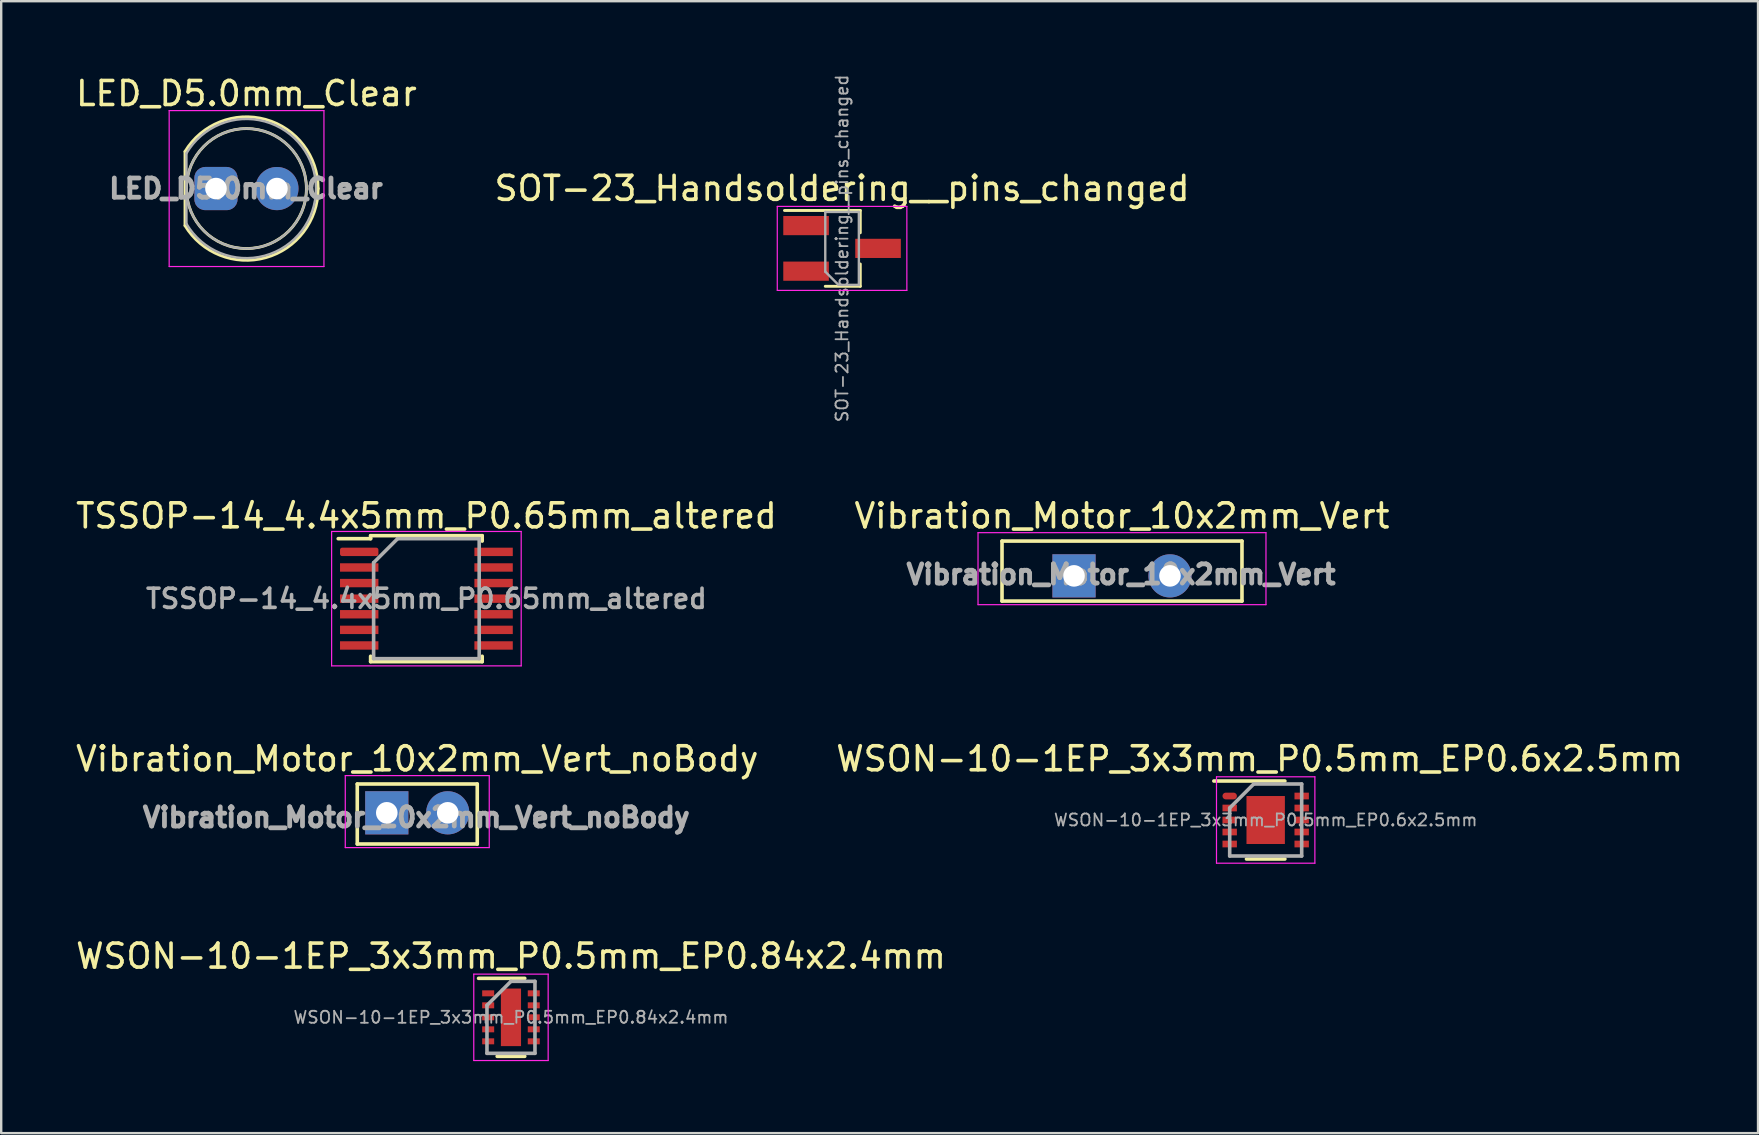
<source format=kicad_pcb>
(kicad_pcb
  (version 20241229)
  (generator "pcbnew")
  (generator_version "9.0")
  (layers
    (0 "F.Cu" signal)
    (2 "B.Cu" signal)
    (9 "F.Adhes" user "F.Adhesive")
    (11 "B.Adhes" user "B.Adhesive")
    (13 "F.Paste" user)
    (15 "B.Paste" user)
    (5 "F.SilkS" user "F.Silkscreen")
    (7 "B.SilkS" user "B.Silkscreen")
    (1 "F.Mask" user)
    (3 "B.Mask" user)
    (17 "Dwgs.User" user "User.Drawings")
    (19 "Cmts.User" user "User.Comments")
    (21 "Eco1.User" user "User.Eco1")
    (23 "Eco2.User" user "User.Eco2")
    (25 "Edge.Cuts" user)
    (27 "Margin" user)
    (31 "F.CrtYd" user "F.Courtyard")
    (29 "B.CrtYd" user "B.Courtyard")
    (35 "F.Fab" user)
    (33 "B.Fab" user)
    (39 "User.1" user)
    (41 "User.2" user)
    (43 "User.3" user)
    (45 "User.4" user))
  (footprint "Vibration_Motor_10x2mm_Vert_noBody"
    (layer "F.Cu")
    (at 14.339 31.273)
    (property "Reference" "Vibration_Motor_10x2mm_Vert_noBody" (at 0 -2.7 0) (layer "F.SilkS") (effects (font (size 1 1) (thickness 0.15))))
    (attr through_hole)
    (fp_line (start -2.5 0.85) (end -2.5 -1.65) (stroke (width 0.15) (type solid)) (layer "F.SilkS"))
    (fp_line (start -2.5 0.85) (end 2.5 0.85) (stroke (width 0.15) (type solid)) (layer "F.SilkS"))
    (fp_line (start 2.5 -1.65) (end -2.5 -1.65) (stroke (width 0.15) (type solid)) (layer "F.SilkS"))
    (fp_line (start 2.5 0.85) (end 2.5 -1.65) (stroke (width 0.15) (type solid)) (layer "F.SilkS"))
    (fp_line (start -3 -2) (end -3 1) (stroke (width 0.05) (type solid)) (layer "F.CrtYd"))
    (fp_line (start -3 1) (end 3 1) (stroke (width 0.05) (type solid)) (layer "F.CrtYd"))
    (fp_line (start 3 -2) (end -3 -2) (stroke (width 0.05) (type solid)) (layer "F.CrtYd"))
    (fp_line (start 3 1) (end 3 -2) (stroke (width 0.05) (type solid)) (layer "F.CrtYd"))
    (fp_text user "${REFERENCE}" (at -0.04 -0.26 0) (layer "F.Fab") (effects (font (size 0.8 0.8) (thickness 0.2))))
    (pad "1" thru_hole rect (at -1.27 -0.45) (size 1.8 1.8) (drill 0.9) (layers "*.Cu" "*.Mask"))
    (pad "2" thru_hole circle (at 1.27 -0.45) (size 1.8 1.8) (drill 0.9) (layers "*.Cu" "*.Mask")))
  (footprint "Vibration_Motor_10x2mm_Vert"
    (layer "F.Cu")
    (at 43.708 21.149)
    (property "Reference" "Vibration_Motor_10x2mm_Vert" (at 0 -2.7 0) (layer "F.SilkS") (effects (font (size 1 1) (thickness 0.15))))
    (attr through_hole)
    (fp_line (start -5 0.85) (end -5 -1.65) (stroke (width 0.15) (type solid)) (layer "F.SilkS"))
    (fp_line (start -5 0.85) (end 5 0.85) (stroke (width 0.15) (type solid)) (layer "F.SilkS"))
    (fp_line (start 5 -1.65) (end -5 -1.65) (stroke (width 0.15) (type solid)) (layer "F.SilkS"))
    (fp_line (start 5 0.85) (end 5 -1.65) (stroke (width 0.15) (type solid)) (layer "F.SilkS"))
    (fp_line (start -6 -2) (end -6 1) (stroke (width 0.05) (type solid)) (layer "F.CrtYd"))
    (fp_line (start -6 1) (end 6 1) (stroke (width 0.05) (type solid)) (layer "F.CrtYd"))
    (fp_line (start 6 -2) (end -6 -2) (stroke (width 0.05) (type solid)) (layer "F.CrtYd"))
    (fp_line (start 6 1) (end 6 -2) (stroke (width 0.05) (type solid)) (layer "F.CrtYd"))
    (fp_text user "${REFERENCE}" (at -0.04 -0.26 0) (layer "F.Fab") (effects (font (size 0.8 0.8) (thickness 0.2))))
    (pad "1" thru_hole rect (at -2 -0.2) (size 1.8 1.8) (drill 0.9) (layers "*.Cu" "*.Mask"))
    (pad "2" thru_hole circle (at 2 -0.2) (size 1.8 1.8) (drill 0.9) (layers "*.Cu" "*.Mask")))
  (footprint "LED_D5.0mm_Clear"
    (layer "F.Cu")
    (at 5.95 4.808)
    (property "Reference" "LED_D5.0mm_Clear" (at 1.27 -3.96 0) (layer "F.SilkS") (effects (font (size 1 1) (thickness 0.15))))
    (attr through_hole)
    (fp_line (start -1.29 -1.545) (end -1.29 1.545) (stroke (width 0.12) (type solid)) (layer "F.SilkS"))
    (fp_arc (start -1.29 -1.54483) (mid 2.072002 -2.880433) (end 4.26 0.000462) (stroke (width 0.12) (type solid)) (layer "F.SilkS"))
    (fp_arc (start 4.26 -0.000462) (mid 2.072002 2.880433) (end -1.29 1.54483) (stroke (width 0.12) (type solid)) (layer "F.SilkS"))
    (fp_circle (center 1.27 0) (end 3.77 0) (stroke (width 0.12) (type solid)) (fill no) (layer "F.SilkS"))
    (fp_line (start -1.95 -3.25) (end -1.95 3.25) (stroke (width 0.05) (type solid)) (layer "F.CrtYd"))
    (fp_line (start -1.95 3.25) (end 4.5 3.25) (stroke (width 0.05) (type solid)) (layer "F.CrtYd"))
    (fp_line (start 4.5 -3.25) (end -1.95 -3.25) (stroke (width 0.05) (type solid)) (layer "F.CrtYd"))
    (fp_line (start 4.5 3.25) (end 4.5 -3.25) (stroke (width 0.05) (type solid)) (layer "F.CrtYd"))
    (fp_line (start -1.23 -1.47) (end -1.23 1.47) (stroke (width 0.1) (type solid)) (layer "F.Fab"))
    (fp_arc (start -1.23 -1.469694) (mid 4.17 0.000016) (end -1.230016 1.469666) (stroke (width 0.1) (type solid)) (layer "F.Fab"))
    (fp_circle (center 1.27 0) (end 3.77 0) (stroke (width 0.1) (type solid)) (fill no) (layer "F.Fab"))
    (fp_text user "${REFERENCE}" (at 1.25 0 0) (layer "F.Fab") (effects (font (size 0.8 0.8) (thickness 0.2))))
    (pad "1" thru_hole roundrect (at 0 0) (size 1.8 1.8) (drill 0.9) (layers "*.Cu" "*.Mask") (roundrect_rratio 0.25))
    (pad "2" thru_hole circle (at 2.54 0) (size 1.8 1.8) (drill 0.9) (layers "*.Cu" "*.Mask")))
  (footprint "WSON-10-1EP_3x3mm_P0.5mm_EP0.6x2.5mm"
    (layer "F.Cu")
    (at 49.696 31.123)
    (property "Reference" "WSON-10-1EP_3x3mm_P0.5mm_EP0.6x2.5mm" (at -0.25 -2.55 0) (layer "F.SilkS") (effects (font (size 1 1) (thickness 0.15))))
    (attr smd)
    (fp_line (start -2.16 -1.625) (end 0.8 -1.625) (stroke (width 0.15) (type solid)) (layer "F.SilkS"))
    (fp_line (start -0.8 1.625) (end 0.8 1.625) (stroke (width 0.15) (type solid)) (layer "F.SilkS"))
    (fp_line (start -2.05 -1.8) (end -2.05 1.8) (stroke (width 0.05) (type solid)) (layer "F.CrtYd"))
    (fp_line (start -2.05 -1.8) (end 2.05 -1.8) (stroke (width 0.05) (type solid)) (layer "F.CrtYd"))
    (fp_line (start -2.05 1.8) (end 2.05 1.8) (stroke (width 0.05) (type solid)) (layer "F.CrtYd"))
    (fp_line (start 2.05 -1.8) (end 2.05 1.8) (stroke (width 0.05) (type solid)) (layer "F.CrtYd"))
    (fp_line (start -1.5 -0.5) (end -0.5 -1.5) (stroke (width 0.15) (type solid)) (layer "F.Fab"))
    (fp_line (start -1.5 1.5) (end -1.5 -0.5) (stroke (width 0.15) (type solid)) (layer "F.Fab"))
    (fp_line (start -0.5 -1.5) (end 1.5 -1.5) (stroke (width 0.15) (type solid)) (layer "F.Fab"))
    (fp_line (start 1.5 -1.5) (end 1.5 1.5) (stroke (width 0.15) (type solid)) (layer "F.Fab"))
    (fp_line (start 1.5 1.5) (end -1.5 1.5) (stroke (width 0.15) (type solid)) (layer "F.Fab"))
    (fp_text user "${REFERENCE}" (at 0 0 0) (layer "F.Fab") (effects (font (size 0.5 0.5) (thickness 0.075))))
    (pad "1" smd oval (at -1.5 -1) (size 0.6 0.28) (layers "F.Cu" "F.Mask" "F.Paste"))
    (pad "2" smd rect (at -1.5 -0.5) (size 0.6 0.28) (layers "F.Cu" "F.Mask" "F.Paste"))
    (pad "3" smd rect (at -1.5 0) (size 0.6 0.28) (layers "F.Cu" "F.Mask" "F.Paste"))
    (pad "4" smd rect (at -1.5 0.5) (size 0.6 0.28) (layers "F.Cu" "F.Mask" "F.Paste"))
    (pad "5" smd rect (at -1.5 1) (size 0.6 0.28) (layers "F.Cu" "F.Mask" "F.Paste"))
    (pad "6" smd rect (at 1.5 1) (size 0.6 0.28) (layers "F.Cu" "F.Mask" "F.Paste"))
    (pad "7" smd rect (at 1.5 0.5) (size 0.6 0.28) (layers "F.Cu" "F.Mask" "F.Paste"))
    (pad "8" smd rect (at 1.5 0) (size 0.6 0.28) (layers "F.Cu" "F.Mask" "F.Paste"))
    (pad "9" smd rect (at 1.5 -0.5) (size 0.6 0.28) (layers "F.Cu" "F.Mask" "F.Paste"))
    (pad "10" smd rect (at 1.5 -1) (size 0.6 0.28) (layers "F.Cu" "F.Mask" "F.Paste"))
    (pad "11" smd rect (at 0 0) (size 1.6 2) (layers "F.Cu" "F.Mask")))
  (footprint "TSSOP-14_4.4x5mm_P0.65mm_altered"
    (layer "F.Cu")
    (at 14.72 21.899)
    (property "Reference" "TSSOP-14_4.4x5mm_P0.65mm_altered" (at 0 -3.45 0) (layer "F.SilkS") (effects (font (size 1 1) (thickness 0.15))))
    (attr smd)
    (fp_line (start -2.325 -2.625) (end -2.325 -2.5) (stroke (width 0.15) (type solid)) (layer "F.SilkS"))
    (fp_line (start -2.325 -2.625) (end 2.325 -2.625) (stroke (width 0.15) (type solid)) (layer "F.SilkS"))
    (fp_line (start -2.325 -2.5) (end -3.675 -2.5) (stroke (width 0.15) (type solid)) (layer "F.SilkS"))
    (fp_line (start -2.325 2.625) (end -2.325 2.4) (stroke (width 0.15) (type solid)) (layer "F.SilkS"))
    (fp_line (start -2.325 2.625) (end 2.325 2.625) (stroke (width 0.15) (type solid)) (layer "F.SilkS"))
    (fp_line (start 2.325 -2.625) (end 2.325 -2.4) (stroke (width 0.15) (type solid)) (layer "F.SilkS"))
    (fp_line (start 2.325 2.625) (end 2.325 2.4) (stroke (width 0.15) (type solid)) (layer "F.SilkS"))
    (fp_line (start -3.95 -2.8) (end -3.95 2.8) (stroke (width 0.05) (type solid)) (layer "F.CrtYd"))
    (fp_line (start -3.95 -2.8) (end 3.95 -2.8) (stroke (width 0.05) (type solid)) (layer "F.CrtYd"))
    (fp_line (start -3.95 2.8) (end 3.95 2.8) (stroke (width 0.05) (type solid)) (layer "F.CrtYd"))
    (fp_line (start 3.95 -2.8) (end 3.95 2.8) (stroke (width 0.05) (type solid)) (layer "F.CrtYd"))
    (fp_line (start -2.2 -1.5) (end -1.2 -2.5) (stroke (width 0.15) (type solid)) (layer "F.Fab"))
    (fp_line (start -2.2 2.5) (end -2.2 -1.5) (stroke (width 0.15) (type solid)) (layer "F.Fab"))
    (fp_line (start -1.2 -2.5) (end 2.2 -2.5) (stroke (width 0.15) (type solid)) (layer "F.Fab"))
    (fp_line (start 2.2 -2.5) (end 2.2 2.5) (stroke (width 0.15) (type solid)) (layer "F.Fab"))
    (fp_line (start 2.2 2.5) (end -2.2 2.5) (stroke (width 0.15) (type solid)) (layer "F.Fab"))
    (fp_text user "${REFERENCE}" (at 0 0 0) (layer "F.Fab") (effects (font (size 0.8 0.8) (thickness 0.15))))
    (pad "1" smd roundrect (at -2.8 -1.95) (size 1.6 0.35) (layers "F.Cu" "F.Mask" "F.Paste") (roundrect_rratio 0.25))
    (pad "2" smd rect (at -2.8 -1.3) (size 1.6 0.35) (layers "F.Cu" "F.Mask" "F.Paste"))
    (pad "3" smd rect (at -2.8 -0.65) (size 1.6 0.35) (layers "F.Cu" "F.Mask" "F.Paste"))
    (pad "4" smd rect (at -2.8 0) (size 1.6 0.35) (layers "F.Cu" "F.Mask" "F.Paste"))
    (pad "5" smd rect (at -2.8 0.65) (size 1.6 0.35) (layers "F.Cu" "F.Mask" "F.Paste"))
    (pad "6" smd rect (at -2.8 1.3) (size 1.6 0.35) (layers "F.Cu" "F.Mask" "F.Paste"))
    (pad "7" smd rect (at -2.8 1.95) (size 1.6 0.35) (layers "F.Cu" "F.Mask" "F.Paste"))
    (pad "8" smd rect (at 2.8 1.95) (size 1.6 0.35) (layers "F.Cu" "F.Mask" "F.Paste"))
    (pad "9" smd rect (at 2.8 1.3) (size 1.6 0.35) (layers "F.Cu" "F.Mask" "F.Paste"))
    (pad "10" smd rect (at 2.8 0.65) (size 1.6 0.35) (layers "F.Cu" "F.Mask" "F.Paste"))
    (pad "11" smd rect (at 2.8 0) (size 1.6 0.35) (layers "F.Cu" "F.Mask" "F.Paste"))
    (pad "12" smd rect (at 2.8 -0.65) (size 1.6 0.35) (layers "F.Cu" "F.Mask" "F.Paste"))
    (pad "13" smd rect (at 2.8 -1.3) (size 1.6 0.35) (layers "F.Cu" "F.Mask" "F.Paste"))
    (pad "14" smd rect (at 2.8 -1.95) (size 1.6 0.35) (layers "F.Cu" "F.Mask" "F.Paste")))
  (footprint "SOT-23_Handsoldering__pins_changed"
    (layer "F.Cu")
    (at 32.042 7.301)
    (property "Reference" "SOT-23_Handsoldering__pins_changed" (at 0 -2.5 0) (layer "F.SilkS") (effects (font (size 1 1) (thickness 0.15))))
    (attr smd)
    (fp_line (start 0.76 -1.58) (end -2.4 -1.58) (stroke (width 0.12) (type solid)) (layer "F.SilkS"))
    (fp_line (start 0.76 -1.58) (end 0.76 -0.65) (stroke (width 0.12) (type solid)) (layer "F.SilkS"))
    (fp_line (start 0.76 1.58) (end -0.7 1.58) (stroke (width 0.12) (type solid)) (layer "F.SilkS"))
    (fp_line (start 0.76 1.58) (end 0.76 0.65) (stroke (width 0.12) (type solid)) (layer "F.SilkS"))
    (fp_line (start -2.7 -1.75) (end 2.7 -1.75) (stroke (width 0.05) (type solid)) (layer "F.CrtYd"))
    (fp_line (start -2.7 1.75) (end -2.7 -1.75) (stroke (width 0.05) (type solid)) (layer "F.CrtYd"))
    (fp_line (start 2.7 -1.75) (end 2.7 1.75) (stroke (width 0.05) (type solid)) (layer "F.CrtYd"))
    (fp_line (start 2.7 1.75) (end -2.7 1.75) (stroke (width 0.05) (type solid)) (layer "F.CrtYd"))
    (fp_line (start -0.7 -1.52) (end -0.7 0.97) (stroke (width 0.1) (type solid)) (layer "F.Fab"))
    (fp_line (start -0.7 -1.52) (end 0.7 -1.52) (stroke (width 0.1) (type solid)) (layer "F.Fab"))
    (fp_line (start -0.15 1.52) (end -0.7 0.97) (stroke (width 0.1) (type solid)) (layer "F.Fab"))
    (fp_line (start -0.15 1.52) (end 0.7 1.52) (stroke (width 0.1) (type solid)) (layer "F.Fab"))
    (fp_line (start 0.7 -1.52) (end 0.7 1.52) (stroke (width 0.1) (type solid)) (layer "F.Fab"))
    (fp_text user "${REFERENCE}" (at 0 0 90) (layer "F.Fab") (effects (font (size 0.5 0.5) (thickness 0.075))))
    (pad "1" smd rect (at -1.5 0.95) (size 1.9 0.8) (layers "F.Cu" "F.Mask" "F.Paste"))
    (pad "2" smd rect (at -1.5 -0.95) (size 1.9 0.8) (layers "F.Cu" "F.Mask" "F.Paste"))
    (pad "3" smd rect (at 1.5 0) (size 1.9 0.8) (layers "F.Cu" "F.Mask" "F.Paste")))
  (footprint "WSON-10-1EP_3x3mm_P0.5mm_EP0.84x2.4mm"
    (layer "F.Cu")
    (at 18.244 39.346)
    (property "Reference" "WSON-10-1EP_3x3mm_P0.5mm_EP0.84x2.4mm" (at 0 -2.55 0) (layer "F.SilkS") (effects (font (size 1 1) (thickness 0.15))))
    (attr smd)
    (fp_line (start -1.35 -1.625) (end 0.575 -1.625) (stroke (width 0.15) (type solid)) (layer "F.SilkS"))
    (fp_line (start -0.575 1.625) (end 0.575 1.625) (stroke (width 0.15) (type solid)) (layer "F.SilkS"))
    (fp_line (start -1.55 -1.8) (end -1.55 1.8) (stroke (width 0.05) (type solid)) (layer "F.CrtYd"))
    (fp_line (start -1.55 -1.8) (end 1.55 -1.8) (stroke (width 0.05) (type solid)) (layer "F.CrtYd"))
    (fp_line (start -1.55 1.8) (end 1.55 1.8) (stroke (width 0.05) (type solid)) (layer "F.CrtYd"))
    (fp_line (start 1.55 -1.8) (end 1.55 1.8) (stroke (width 0.05) (type solid)) (layer "F.CrtYd"))
    (fp_line (start -1 -0.5) (end 0 -1.5) (stroke (width 0.15) (type solid)) (layer "F.Fab"))
    (fp_line (start -1 1.5) (end -1 -0.5) (stroke (width 0.15) (type solid)) (layer "F.Fab"))
    (fp_line (start 0 -1.5) (end 1 -1.5) (stroke (width 0.15) (type solid)) (layer "F.Fab"))
    (fp_line (start 1 -1.5) (end 1 1.5) (stroke (width 0.15) (type solid)) (layer "F.Fab"))
    (fp_line (start 1 1.5) (end -1 1.5) (stroke (width 0.15) (type solid)) (layer "F.Fab"))
    (fp_text user "${REFERENCE}" (at 0 0 0) (layer "F.Fab") (effects (font (size 0.5 0.5) (thickness 0.075))))
    (pad "" smd rect (at 0 -0.8) (size 0.65 0.61) (layers "F.Paste"))
    (pad "" smd rect (at 0 0) (size 0.65 0.61) (layers "F.Paste"))
    (pad "" smd rect (at 0 0.8) (size 0.65 0.61) (layers "F.Paste"))
    (pad "1" smd rect (at -0.95 -1) (size 0.5 0.25) (layers "F.Cu" "F.Mask" "F.Paste"))
    (pad "2" smd rect (at -0.95 -0.5) (size 0.5 0.25) (layers "F.Cu" "F.Mask" "F.Paste"))
    (pad "3" smd rect (at -0.95 0) (size 0.5 0.25) (layers "F.Cu" "F.Mask" "F.Paste"))
    (pad "4" smd rect (at -0.95 0.5) (size 0.5 0.25) (layers "F.Cu" "F.Mask" "F.Paste"))
    (pad "5" smd rect (at -0.95 1) (size 0.5 0.25) (layers "F.Cu" "F.Mask" "F.Paste"))
    (pad "6" smd rect (at 0.95 1) (size 0.5 0.25) (layers "F.Cu" "F.Mask" "F.Paste"))
    (pad "7" smd rect (at 0.95 0.5) (size 0.5 0.25) (layers "F.Cu" "F.Mask" "F.Paste"))
    (pad "8" smd rect (at 0.95 0) (size 0.5 0.25) (layers "F.Cu" "F.Mask" "F.Paste"))
    (pad "9" smd rect (at 0.95 -0.5) (size 0.5 0.25) (layers "F.Cu" "F.Mask" "F.Paste"))
    (pad "10" smd rect (at 0.95 -1) (size 0.5 0.25) (layers "F.Cu" "F.Mask" "F.Paste"))
    (pad "11" smd rect (at 0 0) (size 0.84 2.4) (layers "F.Cu" "F.Mask")))
  (gr_rect
    (start -3 -3)
    (end 70.214 44.171)
    (stroke (width 0.1) (type default))
    (fill no)
    (layer "Edge.Cuts")))
</source>
